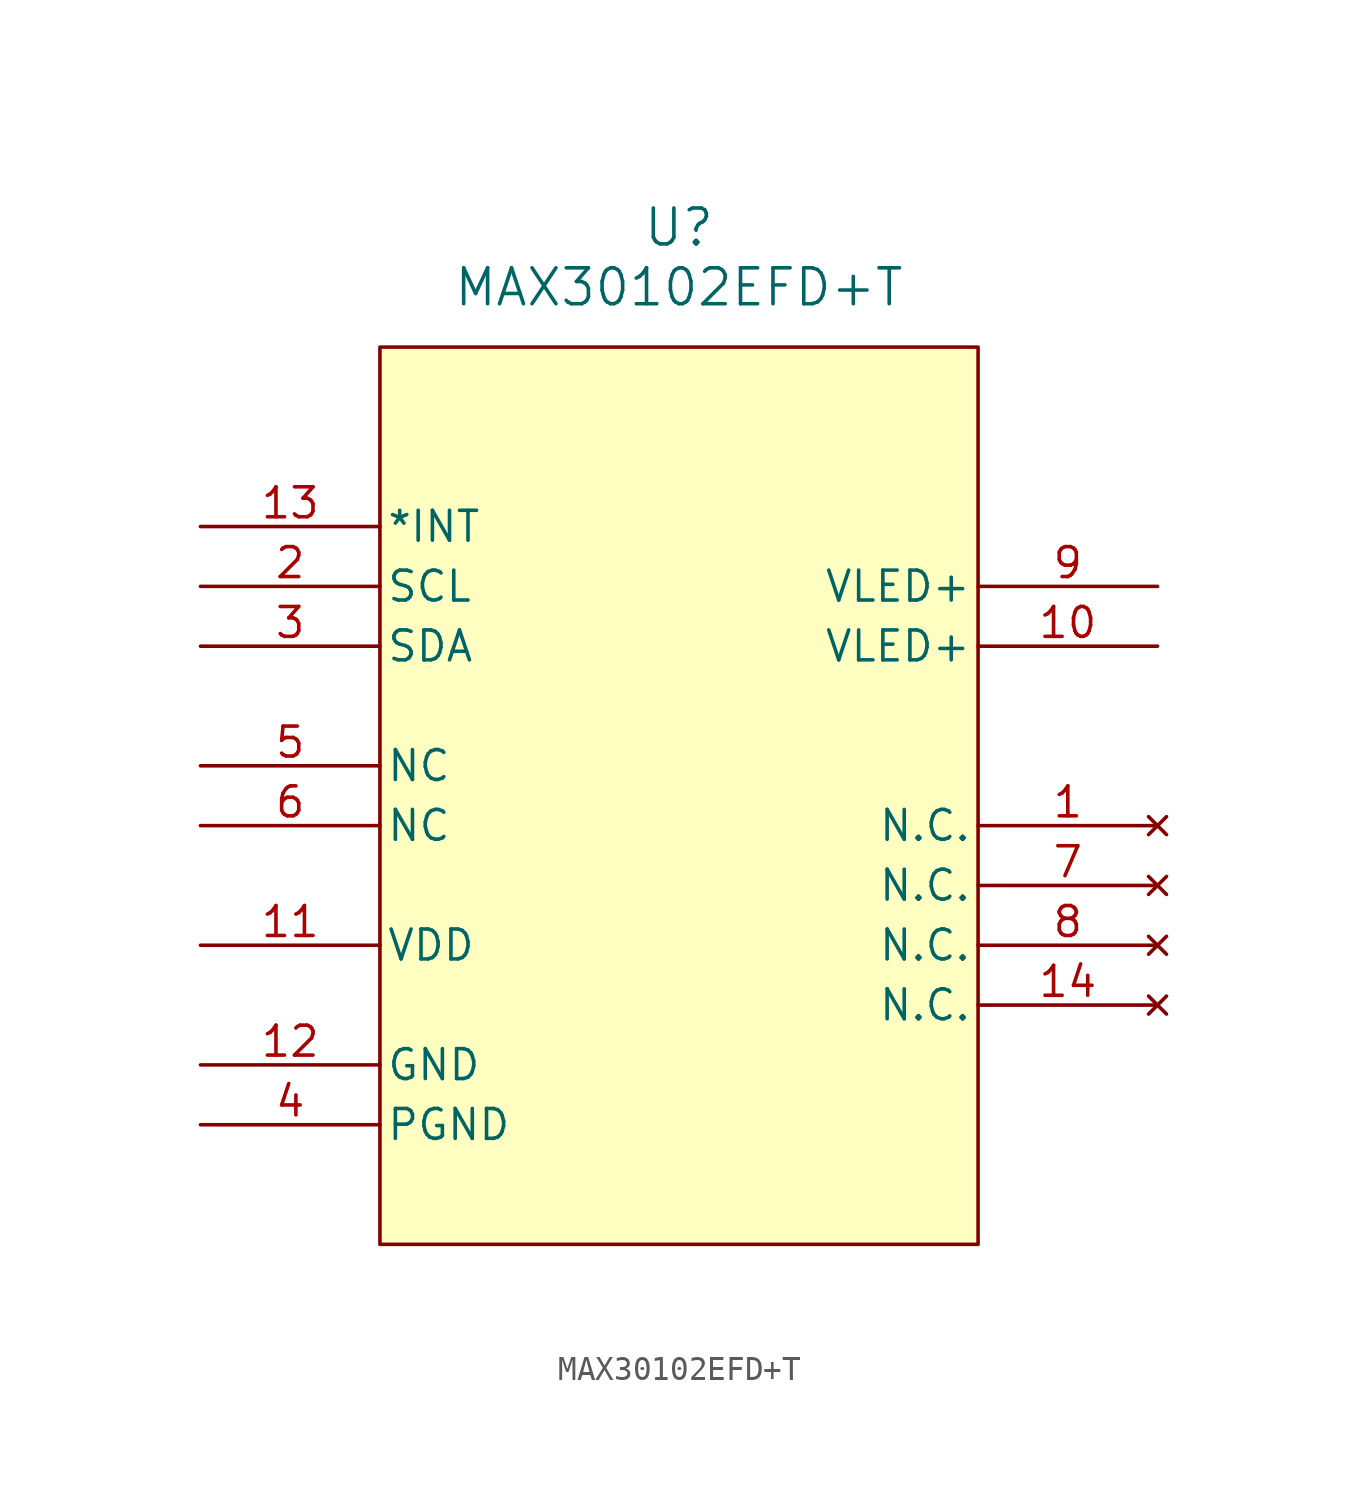
<source format=kicad_sym>
(kicad_symbol_lib
  (version 20241209)
  (generator "kicad_symbol_editor")
  (generator_version "9.0")
  (symbol "MAX30102EFD+T"
    (pin_names
      (offset 0.254))
    (property "Reference" "U"
      (at 20.32 12.7 0)
      (effects (font (size 1.524 1.524))))
    (property "Value" "MAX30102EFD+T"
      (at 20.32 10.16 0)
      (effects (font (size 1.524 1.524))))
    (property "ki_locked" ""
      (at 0 0 0)
      (effects (font (size 1.27 1.27))))
    (symbol "MAX30102EFD+T_0_1"
      (rectangle (start 7.62 7.62) (end 33.02 -30.48) (stroke (width 0) (type default)) (fill (type background)))
      (pin unspecified line (at 0 0 0) (length 7.62) (name "*INT" (effects (font (size 1.27 1.27)))) (number "13" (effects (font (size 1.27 1.27)))))
      (pin unspecified line (at 0 -2.54 0) (length 7.62) (name "SCL" (effects (font (size 1.27 1.27)))) (number "2" (effects (font (size 1.27 1.27)))))
      (pin unspecified line (at 0 -5.08 0) (length 7.62) (name "SDA" (effects (font (size 1.27 1.27)))) (number "3" (effects (font (size 1.27 1.27)))))
      (pin unspecified line (at 0 -10.16 0) (length 7.62) (name "NC" (effects (font (size 1.27 1.27)))) (number "5" (effects (font (size 1.27 1.27)))))
      (pin unspecified line (at 0 -12.7 0) (length 7.62) (name "NC" (effects (font (size 1.27 1.27)))) (number "6" (effects (font (size 1.27 1.27)))))
      (pin power_in line (at 0 -17.78 0) (length 7.62) (name "VDD" (effects (font (size 1.27 1.27)))) (number "11" (effects (font (size 1.27 1.27)))))
      (pin power_out line (at 0 -22.86 0) (length 7.62) (name "GND" (effects (font (size 1.27 1.27)))) (number "12" (effects (font (size 1.27 1.27)))))
      (pin power_out line (at 0 -25.4 0) (length 7.62) (name "PGND" (effects (font (size 1.27 1.27)))) (number "4" (effects (font (size 1.27 1.27)))))
      (pin unspecified line (at 40.64 -2.54 180) (length 7.62) (name "VLED+" (effects (font (size 1.27 1.27)))) (number "9" (effects (font (size 1.27 1.27)))))
      (pin unspecified line (at 40.64 -5.08 180) (length 7.62) (name "VLED+" (effects (font (size 1.27 1.27)))) (number "10" (effects (font (size 1.27 1.27)))))
      (pin no_connect line (at 40.64 -12.7 180) (length 7.62) (name "N.C." (effects (font (size 1.27 1.27)))) (number "1" (effects (font (size 1.27 1.27)))))
      (pin no_connect line (at 40.64 -15.24 180) (length 7.62) (name "N.C." (effects (font (size 1.27 1.27)))) (number "7" (effects (font (size 1.27 1.27)))))
      (pin no_connect line (at 40.64 -17.78 180) (length 7.62) (name "N.C." (effects (font (size 1.27 1.27)))) (number "8" (effects (font (size 1.27 1.27)))))
      (pin no_connect line (at 40.64 -20.32 180) (length 7.62) (name "N.C." (effects (font (size 1.27 1.27)))) (number "14" (effects (font (size 1.27 1.27))))))))
</source>
